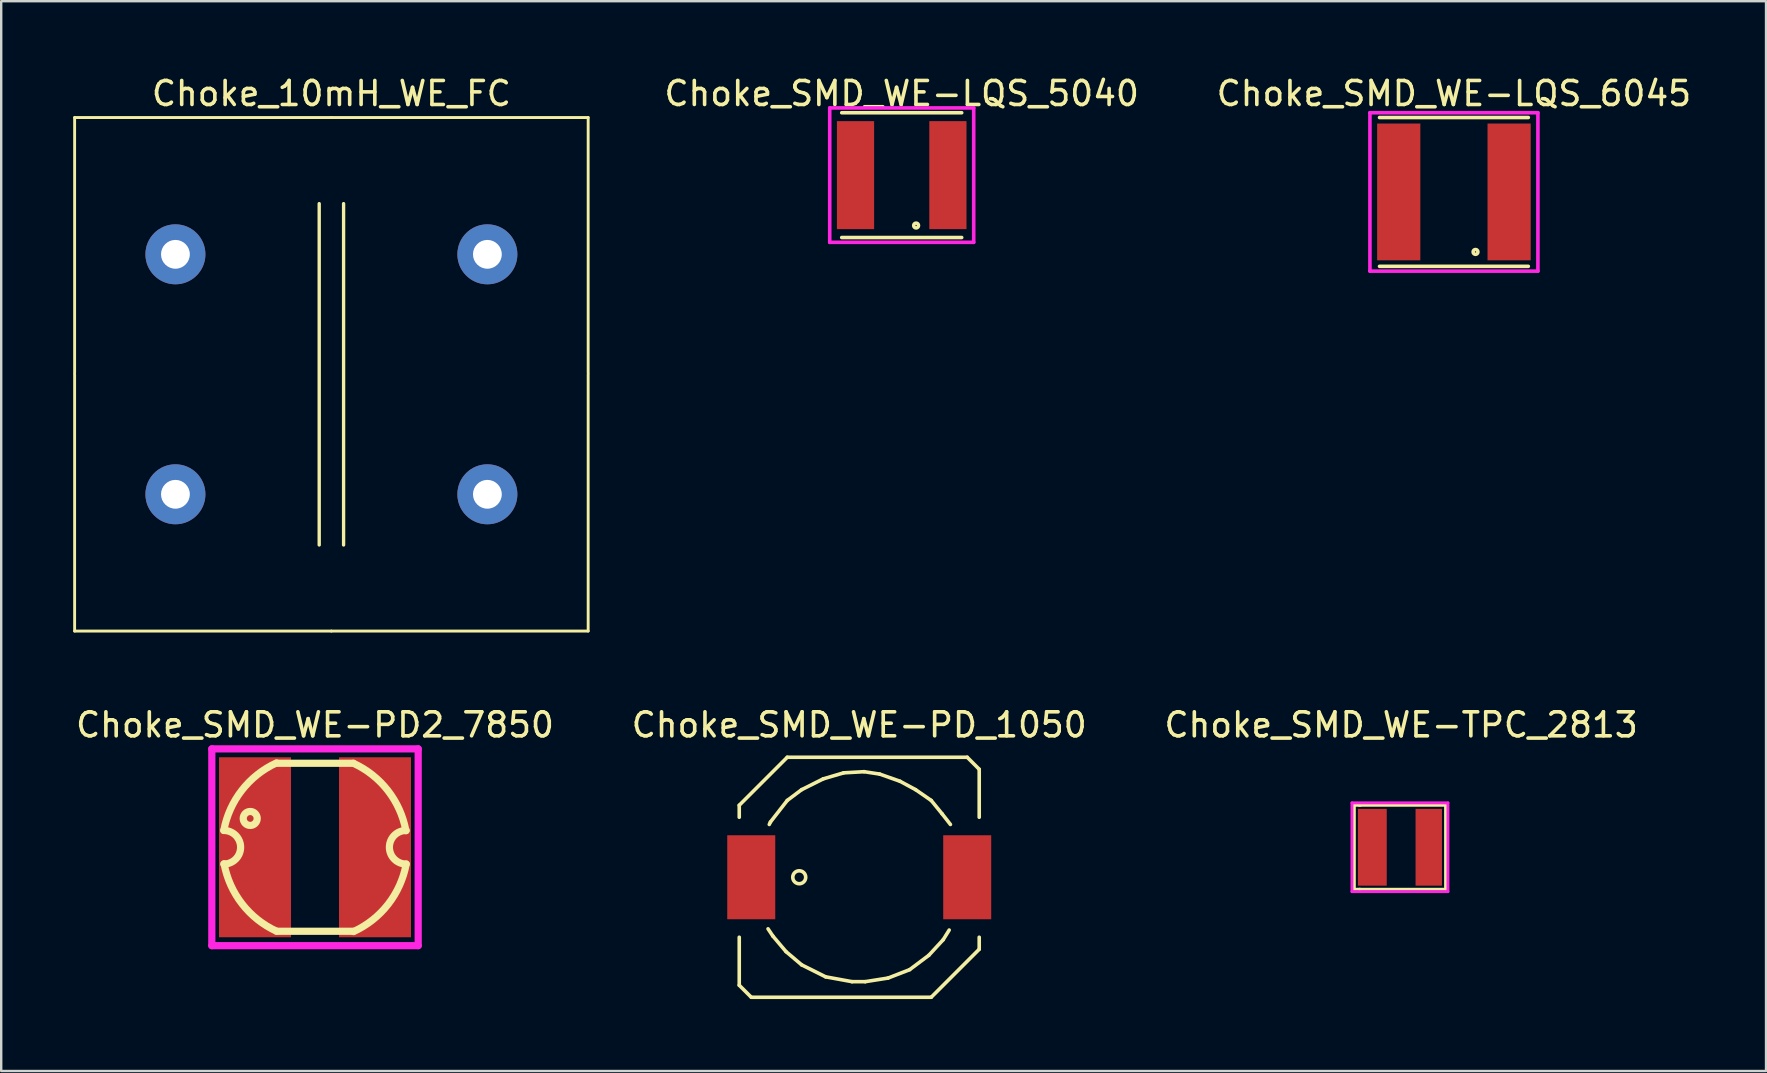
<source format=kicad_pcb>
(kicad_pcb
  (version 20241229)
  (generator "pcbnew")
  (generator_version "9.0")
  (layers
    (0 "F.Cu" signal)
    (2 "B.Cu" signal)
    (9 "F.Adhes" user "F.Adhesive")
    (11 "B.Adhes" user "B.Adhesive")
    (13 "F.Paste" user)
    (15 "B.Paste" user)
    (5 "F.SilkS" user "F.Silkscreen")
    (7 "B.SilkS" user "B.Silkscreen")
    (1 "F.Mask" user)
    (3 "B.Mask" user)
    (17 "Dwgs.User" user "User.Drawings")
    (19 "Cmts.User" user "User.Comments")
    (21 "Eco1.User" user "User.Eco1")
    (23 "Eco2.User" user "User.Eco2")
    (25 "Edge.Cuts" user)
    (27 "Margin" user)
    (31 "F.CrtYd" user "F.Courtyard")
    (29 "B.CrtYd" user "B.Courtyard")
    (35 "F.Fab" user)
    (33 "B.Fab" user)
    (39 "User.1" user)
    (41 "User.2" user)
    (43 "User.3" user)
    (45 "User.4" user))
  (footprint "Choke_SMD_WE-LQS_6045"
    (layer "F.Cu")
    (at 57.538 4.948)
    (property "Reference" "Choke_SMD_WE-LQS_6045" (at 0 -4.1 0) (layer "F.SilkS") (effects (font (size 1 1) (thickness 0.15))))
    (attr through_hole)
    (fp_line (start 3.1 -3.1) (end -3.1 -3.1) (stroke (width 0.15) (type solid)) (layer "F.SilkS"))
    (fp_line (start 3.1 3.1) (end -3.1 3.1) (stroke (width 0.15) (type solid)) (layer "F.SilkS"))
    (fp_circle (center 0.9 2.5) (end 0.9 2.6) (stroke (width 0.15) (type solid)) (fill no) (layer "F.SilkS"))
    (fp_line (start -3.5 -3.3) (end -3.5 3.3) (stroke (width 0.15) (type solid)) (layer "F.CrtYd"))
    (fp_line (start -3.5 3.3) (end 3.5 3.3) (stroke (width 0.15) (type solid)) (layer "F.CrtYd"))
    (fp_line (start 3.5 -3.3) (end -3.5 -3.3) (stroke (width 0.15) (type solid)) (layer "F.CrtYd"))
    (fp_line (start 3.5 3.3) (end 3.5 -3.3) (stroke (width 0.15) (type solid)) (layer "F.CrtYd"))
    (pad "1" smd rect (at -2.3 0) (size 1.8 5.7) (layers "F.Cu" "F.Mask" "F.Paste"))
    (pad "2" smd rect (at 2.3 0) (size 1.8 5.7) (layers "F.Cu" "F.Mask" "F.Paste")))
  (footprint "Choke_SMD_WE-LQS_5040"
    (layer "F.Cu")
    (at 34.526 4.248)
    (property "Reference" "Choke_SMD_WE-LQS_5040" (at 0 -3.4 0) (layer "F.SilkS") (effects (font (size 1 1) (thickness 0.15))))
    (attr through_hole)
    (fp_line (start 2.5 -2.6) (end -2.5 -2.6) (stroke (width 0.15) (type solid)) (layer "F.SilkS"))
    (fp_line (start 2.5 2.6) (end -2.5 2.6) (stroke (width 0.15) (type solid)) (layer "F.SilkS"))
    (fp_circle (center 0.6 2.1) (end 0.6 2.2) (stroke (width 0.15) (type solid)) (fill no) (layer "F.SilkS"))
    (fp_line (start -3 -2.8) (end -3 2.8) (stroke (width 0.15) (type solid)) (layer "F.CrtYd"))
    (fp_line (start -3 2.8) (end 3 2.8) (stroke (width 0.15) (type solid)) (layer "F.CrtYd"))
    (fp_line (start 3 -2.8) (end -3 -2.8) (stroke (width 0.15) (type solid)) (layer "F.CrtYd"))
    (fp_line (start 3 2.8) (end 3 -2.8) (stroke (width 0.15) (type solid)) (layer "F.CrtYd"))
    (pad "1" smd rect (at -1.925 0) (size 1.55 4.5) (layers "F.Cu" "F.Mask" "F.Paste"))
    (pad "2" smd rect (at 1.925 0) (size 1.55 4.5) (layers "F.Cu" "F.Mask" "F.Paste")))
  (footprint "Choke_SMD_WE-PD_1050"
    (layer "F.Cu")
    (at 32.756 33.507)
    (property "Reference" "Choke_SMD_WE-PD_1050" (at 0 -6.35 0) (layer "F.SilkS") (effects (font (size 1 1) (thickness 0.15))))
    (attr smd)
    (fp_line (start -5 -3) (end -5 -2.5) (stroke (width 0.15) (type solid)) (layer "F.SilkS"))
    (fp_line (start -5 2.5) (end -5 4.5) (stroke (width 0.15) (type solid)) (layer "F.SilkS"))
    (fp_line (start -5 4.5) (end -4.5 5) (stroke (width 0.15) (type solid)) (layer "F.SilkS"))
    (fp_line (start -3.8 2.149) (end -3.599 2.451) (stroke (width 0.15) (type solid)) (layer "F.SilkS"))
    (fp_line (start -3.701 -2.301) (end -3.749 -2.2) (stroke (width 0.15) (type solid)) (layer "F.SilkS"))
    (fp_line (start -3.599 2.451) (end -3.051 3.099) (stroke (width 0.15) (type solid)) (layer "F.SilkS"))
    (fp_line (start -3.051 3.099) (end -2.4 3.65) (stroke (width 0.15) (type solid)) (layer "F.SilkS"))
    (fp_line (start -3 -5) (end -5 -3) (stroke (width 0.15) (type solid)) (layer "F.SilkS"))
    (fp_line (start -3 -3.2) (end -3.701 -2.301) (stroke (width 0.15) (type solid)) (layer "F.SilkS"))
    (fp_line (start -2.4 -3.65) (end -3 -3.2) (stroke (width 0.15) (type solid)) (layer "F.SilkS"))
    (fp_line (start -2.4 3.65) (end -1.4 4.15) (stroke (width 0.15) (type solid)) (layer "F.SilkS"))
    (fp_line (start -1.501 -4.1) (end -2.4 -3.65) (stroke (width 0.15) (type solid)) (layer "F.SilkS"))
    (fp_line (start -1.4 4.15) (end -0.3 4.351) (stroke (width 0.15) (type solid)) (layer "F.SilkS"))
    (fp_line (start -0.65 -4.351) (end -1.501 -4.1) (stroke (width 0.15) (type solid)) (layer "F.SilkS"))
    (fp_line (start -0.3 4.351) (end 0.249 4.351) (stroke (width 0.15) (type solid)) (layer "F.SilkS"))
    (fp_line (start 0.201 -4.399) (end -0.65 -4.351) (stroke (width 0.15) (type solid)) (layer "F.SilkS"))
    (fp_line (start 0.249 4.351) (end 1.199 4.201) (stroke (width 0.15) (type solid)) (layer "F.SilkS"))
    (fp_line (start 0.851 -4.3) (end 0.201 -4.399) (stroke (width 0.15) (type solid)) (layer "F.SilkS"))
    (fp_line (start 1.199 4.201) (end 2.101 3.851) (stroke (width 0.15) (type solid)) (layer "F.SilkS"))
    (fp_line (start 1.699 -4) (end 0.851 -4.3) (stroke (width 0.15) (type solid)) (layer "F.SilkS"))
    (fp_line (start 2.101 3.851) (end 2.901 3.251) (stroke (width 0.15) (type solid)) (layer "F.SilkS"))
    (fp_line (start 2.349 -3.65) (end 1.699 -4) (stroke (width 0.15) (type solid)) (layer "F.SilkS"))
    (fp_line (start 2.901 3.251) (end 3.5 2.601) (stroke (width 0.15) (type solid)) (layer "F.SilkS"))
    (fp_line (start 3 -3.2) (end 2.349 -3.65) (stroke (width 0.15) (type solid)) (layer "F.SilkS"))
    (fp_line (start 3 5) (end -4.5 5) (stroke (width 0.15) (type solid)) (layer "F.SilkS"))
    (fp_line (start 3 5) (end 5 3) (stroke (width 0.15) (type solid)) (layer "F.SilkS"))
    (fp_line (start 3.449 -2.649) (end 3 -3.2) (stroke (width 0.15) (type solid)) (layer "F.SilkS"))
    (fp_line (start 3.5 2.601) (end 3.749 2.2) (stroke (width 0.15) (type solid)) (layer "F.SilkS"))
    (fp_line (start 3.8 -2.2) (end 3.449 -2.649) (stroke (width 0.15) (type solid)) (layer "F.SilkS"))
    (fp_line (start 4.5 -5) (end -3 -5) (stroke (width 0.15) (type solid)) (layer "F.SilkS"))
    (fp_line (start 4.5 -5) (end 5 -4.5) (stroke (width 0.15) (type solid)) (layer "F.SilkS"))
    (fp_line (start 5 -4.5) (end 5 -2.5) (stroke (width 0.15) (type solid)) (layer "F.SilkS"))
    (fp_line (start 5 3) (end 5 2.5) (stroke (width 0.15) (type solid)) (layer "F.SilkS"))
    (fp_circle (center -2.5 0) (end -2.249 0.099) (stroke (width 0.15) (type solid)) (fill no) (layer "F.SilkS"))
    (pad "1" smd rect (at -4.5 0) (size 2 3.5) (layers "F.Cu" "F.Mask" "F.Paste"))
    (pad "2" smd rect (at 4.5 0) (size 2 3.5) (layers "F.Cu" "F.Mask" "F.Paste")))
  (footprint "Choke_SMD_WE-TPC_2813"
    (layer "F.Cu")
    (at 55.339 32.257)
    (property "Reference" "Choke_SMD_WE-TPC_2813" (at 0 -5.1 0) (layer "F.SilkS") (effects (font (size 1 1) (thickness 0.15))))
    (attr smd)
    (fp_line (start -1.95 -1.75) (end -1.95 1.75) (stroke (width 0.12) (type solid)) (layer "F.SilkS"))
    (fp_line (start -1.95 1.75) (end -1.7 1.75) (stroke (width 0.12) (type solid)) (layer "F.SilkS"))
    (fp_line (start -1.75 -1.75) (end 1.85 -1.75) (stroke (width 0.12) (type solid)) (layer "F.SilkS"))
    (fp_line (start -1.7 -1.75) (end -1.95 -1.75) (stroke (width 0.12) (type solid)) (layer "F.SilkS"))
    (fp_line (start 1.85 -1.75) (end 1.85 1.75) (stroke (width 0.12) (type solid)) (layer "F.SilkS"))
    (fp_line (start 1.85 1.75) (end -1.75 1.75) (stroke (width 0.12) (type solid)) (layer "F.SilkS"))
    (fp_line (start -2.05 -1.85) (end 1.95 -1.85) (stroke (width 0.12) (type solid)) (layer "F.CrtYd"))
    (fp_line (start -2.05 1.85) (end -2.05 -1.85) (stroke (width 0.12) (type solid)) (layer "F.CrtYd"))
    (fp_line (start 1.95 -1.85) (end 1.95 1.85) (stroke (width 0.12) (type solid)) (layer "F.CrtYd"))
    (fp_line (start 1.95 1.85) (end -2.05 1.85) (stroke (width 0.12) (type solid)) (layer "F.CrtYd"))
    (pad "1" smd rect (at -1.2 0) (size 1.2 3.2) (layers "F.Cu" "F.Mask" "F.Paste"))
    (pad "2" smd rect (at 1.15 0) (size 1.1 3.2) (layers "F.Cu" "F.Mask" "F.Paste")))
  (footprint "Choke_SMD_WE-PD2_7850"
    (layer "F.Cu")
    (at 10.077 32.257)
    (property "Reference" "Choke_SMD_WE-PD2_7850" (at 0 -5.1 0) (layer "F.SilkS") (effects (font (size 1 1) (thickness 0.15))))
    (attr smd)
    (fp_line (start -1.6 -3.5) (end 1.6 -3.5) (stroke (width 0.3) (type solid)) (layer "F.SilkS"))
    (fp_line (start 1.6 3.5) (end -1.6 3.5) (stroke (width 0.3) (type solid)) (layer "F.SilkS"))
    (fp_arc (start -3.8 -0.7) (mid -3.1 0) (end -3.8 0.7) (stroke (width 0.3) (type solid)) (layer "F.SilkS"))
    (fp_arc (start -3.8 -0.7) (mid -3.047513 -2.375429) (end -1.606469 -3.514151) (stroke (width 0.3) (type solid)) (layer "F.SilkS"))
    (fp_arc (start -1.6 3.5) (mid -3.037174 2.361419) (end -3.787685 0.688527) (stroke (width 0.3) (type solid)) (layer "F.SilkS"))
    (fp_arc (start 1.6 -3.5) (mid 3.037174 -2.361419) (end 3.787685 -0.688527) (stroke (width 0.3) (type solid)) (layer "F.SilkS"))
    (fp_arc (start 3.8 0.7) (mid 3.047513 2.375429) (end 1.606469 3.514151) (stroke (width 0.3) (type solid)) (layer "F.SilkS"))
    (fp_arc (start 3.8 0.7) (mid 3.1 0) (end 3.8 -0.7) (stroke (width 0.3) (type solid)) (layer "F.SilkS"))
    (fp_circle (center -2.7 -1.2) (end -2.6 -1.1) (stroke (width 0.3) (type solid)) (fill no) (layer "F.SilkS"))
    (fp_line (start -4.3 -4.1) (end 4.3 -4.1) (stroke (width 0.3) (type solid)) (layer "F.CrtYd"))
    (fp_line (start -4.3 4.1) (end -4.3 -4.1) (stroke (width 0.3) (type solid)) (layer "F.CrtYd"))
    (fp_line (start 4.3 -4.1) (end 4.3 4.1) (stroke (width 0.3) (type solid)) (layer "F.CrtYd"))
    (fp_line (start 4.3 4.1) (end -4.3 4.1) (stroke (width 0.3) (type solid)) (layer "F.CrtYd"))
    (pad "1" smd rect (at -2.5 0) (size 3 7.5) (layers "F.Cu" "F.Mask" "F.Paste"))
    (pad "2" smd rect (at 2.5 0) (size 3 7.5) (layers "F.Cu" "F.Mask" "F.Paste")))
  (footprint "Choke_10mH_WE_FC"
    (layer "F.Cu")
    (at 10.76 12.548)
    (property "Reference" "Choke_10mH_WE_FC" (at 0 -11.7 0) (layer "F.SilkS") (effects (font (size 1 1) (thickness 0.15))))
    (attr through_hole)
    (fp_line (start -10.7 -10.7) (end -10.7 -0.05) (stroke (width 0.12) (type solid)) (layer "F.SilkS"))
    (fp_line (start -10.7 -10.7) (end 0 -10.7) (stroke (width 0.12) (type solid)) (layer "F.SilkS"))
    (fp_line (start -10.7 0) (end -10.7 10.7) (stroke (width 0.12) (type solid)) (layer "F.SilkS"))
    (fp_line (start -0.508 7.112) (end -0.508 -7.112) (stroke (width 0.14) (type solid)) (layer "F.SilkS"))
    (fp_line (start 0 -10.7) (end 10.7 -10.7) (stroke (width 0.12) (type solid)) (layer "F.SilkS"))
    (fp_line (start 0 10.7) (end -10.7 10.7) (stroke (width 0.12) (type solid)) (layer "F.SilkS"))
    (fp_line (start 0.508 7.112) (end 0.508 -7.112) (stroke (width 0.14) (type solid)) (layer "F.SilkS"))
    (fp_line (start 10.7 -10.7) (end 10.7 -0.05) (stroke (width 0.12) (type solid)) (layer "F.SilkS"))
    (fp_line (start 10.7 0) (end 10.7 10.7) (stroke (width 0.12) (type solid)) (layer "F.SilkS"))
    (fp_line (start 10.7 10.7) (end 0 10.7) (stroke (width 0.12) (type solid)) (layer "F.SilkS"))
    (pad "1" thru_hole circle (at -6.5 -5) (size 2.5 2.5) (drill 1.2) (layers "*.Cu" "*.Mask"))
    (pad "2" thru_hole circle (at -6.5 5) (size 2.5 2.5) (drill 1.2) (layers "*.Cu" "*.Mask"))
    (pad "3" thru_hole circle (at 6.5 5) (size 2.5 2.5) (drill 1.2) (layers "*.Cu" "*.Mask"))
    (pad "4" thru_hole circle (at 6.5 -5) (size 2.5 2.5) (drill 1.2) (layers "*.Cu" "*.Mask")))
  (gr_rect
    (start -3 -3)
    (end 70.544 41.581)
    (stroke (width 0.1) (type default))
    (fill no)
    (layer "Edge.Cuts")))
</source>
